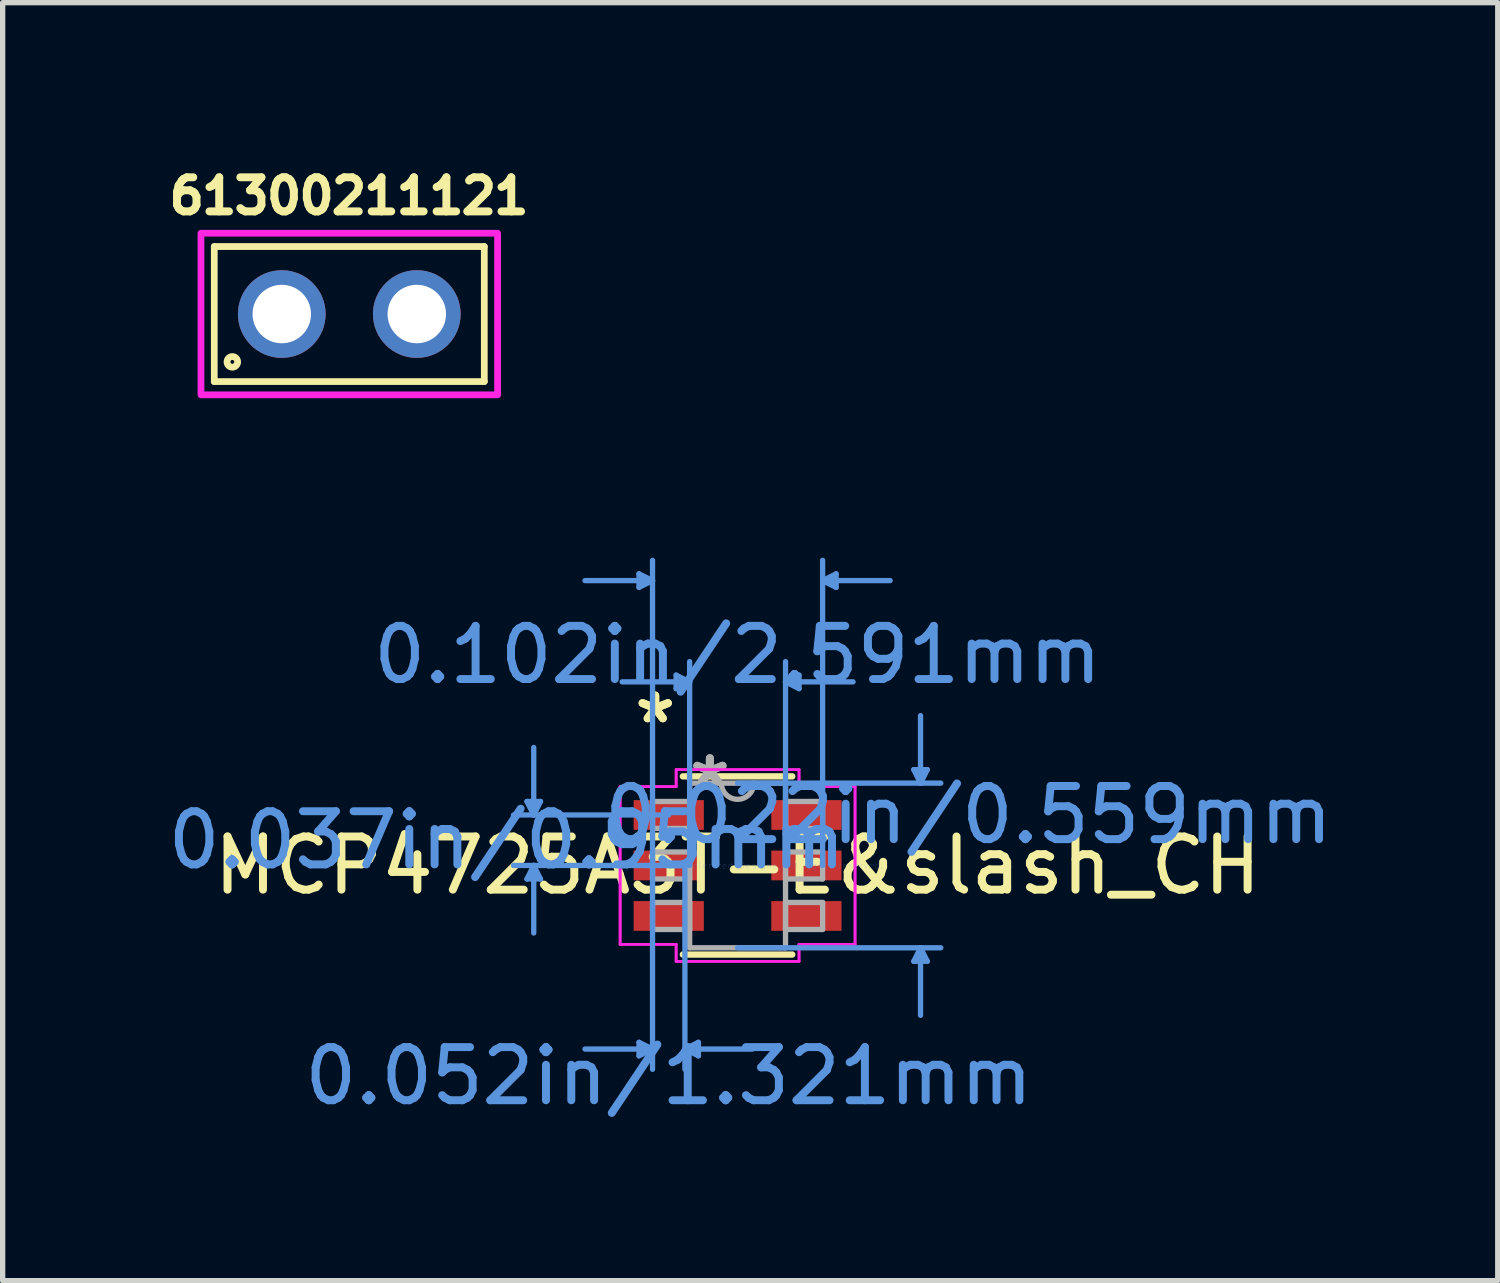
<source format=kicad_pcb>
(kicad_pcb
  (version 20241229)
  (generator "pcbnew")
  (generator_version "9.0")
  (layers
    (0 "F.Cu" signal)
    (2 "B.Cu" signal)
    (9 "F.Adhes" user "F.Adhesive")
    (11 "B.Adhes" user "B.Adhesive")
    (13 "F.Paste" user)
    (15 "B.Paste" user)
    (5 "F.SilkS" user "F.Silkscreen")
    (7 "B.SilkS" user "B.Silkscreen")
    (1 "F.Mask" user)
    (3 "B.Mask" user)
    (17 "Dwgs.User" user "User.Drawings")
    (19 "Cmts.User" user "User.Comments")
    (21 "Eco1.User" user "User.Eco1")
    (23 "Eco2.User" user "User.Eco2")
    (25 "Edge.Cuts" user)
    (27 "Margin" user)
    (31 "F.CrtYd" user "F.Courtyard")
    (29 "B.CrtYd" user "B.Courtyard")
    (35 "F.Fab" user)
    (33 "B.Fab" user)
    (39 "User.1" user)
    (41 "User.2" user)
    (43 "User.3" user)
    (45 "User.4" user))
  (footprint "61300211121"
    (layer "F.Cu")
    (at 3.521 2.858)
    (property "Reference" "61300211121" (at -0.005 -2.22 0) (layer "F.SilkS") (effects (font (size 0.641 0.641) (thickness 0.15))))
    (attr through_hole)
    (fp_line (start -2.54 -1.27) (end -2.54 1.27) (stroke (width 0.127) (type solid)) (layer "F.SilkS"))
    (fp_line (start -2.54 1.27) (end 2.54 1.27) (stroke (width 0.127) (type solid)) (layer "F.SilkS"))
    (fp_line (start 2.54 -1.27) (end -2.54 -1.27) (stroke (width 0.127) (type solid)) (layer "F.SilkS"))
    (fp_line (start 2.54 1.27) (end 2.54 -1.27) (stroke (width 0.127) (type solid)) (layer "F.SilkS"))
    (fp_circle (center -2.2 0.9) (end -2.1 0.9) (stroke (width 0.127) (type solid)) (fill no) (layer "F.SilkS"))
    (fp_poly (pts (xy -2.79 -1.52) (xy 2.79 -1.52) (xy 2.79 1.52) (xy -2.79 1.52)) (stroke (width 0.127) (type solid)) (fill no) (layer "F.CrtYd"))
    (pad "1" thru_hole circle (at -1.27 0) (size 1.65 1.65) (drill 1.1) (layers "*.Cu" "*.Mask"))
    (pad "2" thru_hole circle (at 1.27 0) (size 1.65 1.65) (drill 1.1) (layers "*.Cu" "*.Mask")))
  (footprint "MCP4725A3T-E&slash_CH"
    (layer "F.Cu")
    (at 10.826 13.232)
    (property "Reference" "MCP4725A3T-E&slash_CH" (at 0 0 0) (layer "F.SilkS") (effects (font (size 1 1) (thickness 0.15))))
    (attr through_hole)
    (fp_line (start -1.029 1.676) (end 1.029 1.676) (stroke (width 0.12) (type solid)) (layer "F.SilkS"))
    (fp_line (start 1.029 -1.676) (end -1.029 -1.676) (stroke (width 0.12) (type solid)) (layer "F.SilkS"))
    (fp_line (start -3.962 -1.204) (end -3.708 -1.204) (stroke (width 0.1) (type solid)) (layer "Cmts.User"))
    (fp_line (start -3.962 0.254) (end -3.708 0.254) (stroke (width 0.1) (type solid)) (layer "Cmts.User"))
    (fp_line (start -3.835 -0.95) (end -3.962 -1.204) (stroke (width 0.1) (type solid)) (layer "Cmts.User"))
    (fp_line (start -3.835 -0.95) (end -3.835 -2.22) (stroke (width 0.1) (type solid)) (layer "Cmts.User"))
    (fp_line (start -3.835 -0.95) (end -3.708 -1.204) (stroke (width 0.1) (type solid)) (layer "Cmts.User"))
    (fp_line (start -3.835 0) (end -3.962 0.254) (stroke (width 0.1) (type solid)) (layer "Cmts.User"))
    (fp_line (start -3.835 0) (end -3.835 1.27) (stroke (width 0.1) (type solid)) (layer "Cmts.User"))
    (fp_line (start -3.835 0) (end -3.708 0.254) (stroke (width 0.1) (type solid)) (layer "Cmts.User"))
    (fp_line (start -1.854 -5.486) (end -1.854 -5.232) (stroke (width 0.1) (type solid)) (layer "Cmts.User"))
    (fp_line (start -1.854 3.327) (end -1.854 3.581) (stroke (width 0.1) (type solid)) (layer "Cmts.User"))
    (fp_line (start -1.6 -5.359) (end -2.87 -5.359) (stroke (width 0.1) (type solid)) (layer "Cmts.User"))
    (fp_line (start -1.6 -5.359) (end -1.854 -5.486) (stroke (width 0.1) (type solid)) (layer "Cmts.User"))
    (fp_line (start -1.6 -5.359) (end -1.854 -5.232) (stroke (width 0.1) (type solid)) (layer "Cmts.User"))
    (fp_line (start -1.6 0) (end -1.6 -5.74) (stroke (width 0.1) (type solid)) (layer "Cmts.User"))
    (fp_line (start -1.6 0) (end -1.6 3.835) (stroke (width 0.1) (type solid)) (layer "Cmts.User"))
    (fp_line (start -1.6 3.454) (end -2.87 3.454) (stroke (width 0.1) (type solid)) (layer "Cmts.User"))
    (fp_line (start -1.6 3.454) (end -1.854 3.327) (stroke (width 0.1) (type solid)) (layer "Cmts.User"))
    (fp_line (start -1.6 3.454) (end -1.854 3.581) (stroke (width 0.1) (type solid)) (layer "Cmts.User"))
    (fp_line (start -1.295 -0.95) (end -4.216 -0.95) (stroke (width 0.1) (type solid)) (layer "Cmts.User"))
    (fp_line (start -1.295 0) (end -4.216 0) (stroke (width 0.1) (type solid)) (layer "Cmts.User"))
    (fp_line (start -1.156 -3.581) (end -1.156 -3.327) (stroke (width 0.1) (type solid)) (layer "Cmts.User"))
    (fp_line (start -0.991 0) (end -0.991 3.835) (stroke (width 0.1) (type solid)) (layer "Cmts.User"))
    (fp_line (start -0.991 3.454) (end -0.737 3.327) (stroke (width 0.1) (type solid)) (layer "Cmts.User"))
    (fp_line (start -0.991 3.454) (end -0.737 3.581) (stroke (width 0.1) (type solid)) (layer "Cmts.User"))
    (fp_line (start -0.991 3.454) (end 0.279 3.454) (stroke (width 0.1) (type solid)) (layer "Cmts.User"))
    (fp_line (start -0.902 -3.454) (end -2.172 -3.454) (stroke (width 0.1) (type solid)) (layer "Cmts.User"))
    (fp_line (start -0.902 -3.454) (end -1.156 -3.581) (stroke (width 0.1) (type solid)) (layer "Cmts.User"))
    (fp_line (start -0.902 -3.454) (end -1.156 -3.327) (stroke (width 0.1) (type solid)) (layer "Cmts.User"))
    (fp_line (start -0.902 0) (end -0.902 -3.835) (stroke (width 0.1) (type solid)) (layer "Cmts.User"))
    (fp_line (start -0.737 3.327) (end -0.737 3.581) (stroke (width 0.1) (type solid)) (layer "Cmts.User"))
    (fp_line (start 0 -1.549) (end 3.823 -1.549) (stroke (width 0.1) (type solid)) (layer "Cmts.User"))
    (fp_line (start 0 1.549) (end 3.823 1.549) (stroke (width 0.1) (type solid)) (layer "Cmts.User"))
    (fp_line (start 0.902 -3.454) (end 1.156 -3.581) (stroke (width 0.1) (type solid)) (layer "Cmts.User"))
    (fp_line (start 0.902 -3.454) (end 1.156 -3.327) (stroke (width 0.1) (type solid)) (layer "Cmts.User"))
    (fp_line (start 0.902 -3.454) (end 2.172 -3.454) (stroke (width 0.1) (type solid)) (layer "Cmts.User"))
    (fp_line (start 0.902 0) (end 0.902 -3.835) (stroke (width 0.1) (type solid)) (layer "Cmts.User"))
    (fp_line (start 1.156 -3.581) (end 1.156 -3.327) (stroke (width 0.1) (type solid)) (layer "Cmts.User"))
    (fp_line (start 1.6 -5.359) (end 1.854 -5.486) (stroke (width 0.1) (type solid)) (layer "Cmts.User"))
    (fp_line (start 1.6 -5.359) (end 1.854 -5.232) (stroke (width 0.1) (type solid)) (layer "Cmts.User"))
    (fp_line (start 1.6 -5.359) (end 2.87 -5.359) (stroke (width 0.1) (type solid)) (layer "Cmts.User"))
    (fp_line (start 1.6 0) (end 1.6 -5.74) (stroke (width 0.1) (type solid)) (layer "Cmts.User"))
    (fp_line (start 1.854 -5.486) (end 1.854 -5.232) (stroke (width 0.1) (type solid)) (layer "Cmts.User"))
    (fp_line (start 3.315 -1.803) (end 3.569 -1.803) (stroke (width 0.1) (type solid)) (layer "Cmts.User"))
    (fp_line (start 3.315 1.803) (end 3.569 1.803) (stroke (width 0.1) (type solid)) (layer "Cmts.User"))
    (fp_line (start 3.442 -1.549) (end 3.315 -1.803) (stroke (width 0.1) (type solid)) (layer "Cmts.User"))
    (fp_line (start 3.442 -1.549) (end 3.442 -2.819) (stroke (width 0.1) (type solid)) (layer "Cmts.User"))
    (fp_line (start 3.442 -1.549) (end 3.569 -1.803) (stroke (width 0.1) (type solid)) (layer "Cmts.User"))
    (fp_line (start 3.442 1.549) (end 3.315 1.803) (stroke (width 0.1) (type solid)) (layer "Cmts.User"))
    (fp_line (start 3.442 1.549) (end 3.442 2.819) (stroke (width 0.1) (type solid)) (layer "Cmts.User"))
    (fp_line (start 3.442 1.549) (end 3.569 1.803) (stroke (width 0.1) (type solid)) (layer "Cmts.User"))
    (fp_line (start -2.21 -1.483) (end -1.156 -1.483) (stroke (width 0.05) (type solid)) (layer "F.CrtYd"))
    (fp_line (start -2.21 -1.483) (end -1.156 -1.483) (stroke (width 0.05) (type solid)) (layer "F.CrtYd"))
    (fp_line (start -2.21 1.483) (end -2.21 -1.483) (stroke (width 0.05) (type solid)) (layer "F.CrtYd"))
    (fp_line (start -2.21 1.483) (end -2.21 -1.483) (stroke (width 0.05) (type solid)) (layer "F.CrtYd"))
    (fp_line (start -2.21 1.483) (end -1.156 1.483) (stroke (width 0.05) (type solid)) (layer "F.CrtYd"))
    (fp_line (start -1.156 -1.803) (end 1.156 -1.803) (stroke (width 0.05) (type solid)) (layer "F.CrtYd"))
    (fp_line (start -1.156 -1.803) (end 1.156 -1.803) (stroke (width 0.05) (type solid)) (layer "F.CrtYd"))
    (fp_line (start -1.156 -1.483) (end -1.156 -1.803) (stroke (width 0.05) (type solid)) (layer "F.CrtYd"))
    (fp_line (start -1.156 -1.483) (end -1.156 -1.803) (stroke (width 0.05) (type solid)) (layer "F.CrtYd"))
    (fp_line (start -1.156 1.483) (end -2.21 1.483) (stroke (width 0.05) (type solid)) (layer "F.CrtYd"))
    (fp_line (start -1.156 1.803) (end -1.156 1.483) (stroke (width 0.05) (type solid)) (layer "F.CrtYd"))
    (fp_line (start -1.156 1.803) (end -1.156 1.483) (stroke (width 0.05) (type solid)) (layer "F.CrtYd"))
    (fp_line (start 1.156 -1.803) (end 1.156 -1.483) (stroke (width 0.05) (type solid)) (layer "F.CrtYd"))
    (fp_line (start 1.156 -1.803) (end 1.156 -1.483) (stroke (width 0.05) (type solid)) (layer "F.CrtYd"))
    (fp_line (start 1.156 -1.483) (end 2.21 -1.483) (stroke (width 0.05) (type solid)) (layer "F.CrtYd"))
    (fp_line (start 1.156 1.483) (end 1.156 1.803) (stroke (width 0.05) (type solid)) (layer "F.CrtYd"))
    (fp_line (start 1.156 1.483) (end 1.156 1.803) (stroke (width 0.05) (type solid)) (layer "F.CrtYd"))
    (fp_line (start 1.156 1.803) (end -1.156 1.803) (stroke (width 0.05) (type solid)) (layer "F.CrtYd"))
    (fp_line (start 1.156 1.803) (end -1.156 1.803) (stroke (width 0.05) (type solid)) (layer "F.CrtYd"))
    (fp_line (start 2.21 -1.483) (end 1.156 -1.483) (stroke (width 0.05) (type solid)) (layer "F.CrtYd"))
    (fp_line (start 2.21 -1.483) (end 2.21 1.483) (stroke (width 0.05) (type solid)) (layer "F.CrtYd"))
    (fp_line (start 2.21 -1.483) (end 2.21 1.483) (stroke (width 0.05) (type solid)) (layer "F.CrtYd"))
    (fp_line (start 2.21 1.483) (end 1.156 1.483) (stroke (width 0.05) (type solid)) (layer "F.CrtYd"))
    (fp_line (start 2.21 1.483) (end 1.156 1.483) (stroke (width 0.05) (type solid)) (layer "F.CrtYd"))
    (fp_line (start -1.6 -1.204) (end -1.6 -0.696) (stroke (width 0.1) (type solid)) (layer "F.Fab"))
    (fp_line (start -1.6 -0.696) (end -0.902 -0.696) (stroke (width 0.1) (type solid)) (layer "F.Fab"))
    (fp_line (start -1.6 -0.254) (end -1.6 0.254) (stroke (width 0.1) (type solid)) (layer "F.Fab"))
    (fp_line (start -1.6 0.254) (end -0.902 0.254) (stroke (width 0.1) (type solid)) (layer "F.Fab"))
    (fp_line (start -1.6 0.696) (end -1.6 1.204) (stroke (width 0.1) (type solid)) (layer "F.Fab"))
    (fp_line (start -1.6 1.204) (end -0.902 1.204) (stroke (width 0.1) (type solid)) (layer "F.Fab"))
    (fp_line (start -0.902 -1.549) (end -0.902 1.549) (stroke (width 0.1) (type solid)) (layer "F.Fab"))
    (fp_line (start -0.902 -1.204) (end -1.6 -1.204) (stroke (width 0.1) (type solid)) (layer "F.Fab"))
    (fp_line (start -0.902 -0.696) (end -0.902 -1.204) (stroke (width 0.1) (type solid)) (layer "F.Fab"))
    (fp_line (start -0.902 -0.254) (end -1.6 -0.254) (stroke (width 0.1) (type solid)) (layer "F.Fab"))
    (fp_line (start -0.902 0.254) (end -0.902 -0.254) (stroke (width 0.1) (type solid)) (layer "F.Fab"))
    (fp_line (start -0.902 0.696) (end -1.6 0.696) (stroke (width 0.1) (type solid)) (layer "F.Fab"))
    (fp_line (start -0.902 1.204) (end -0.902 0.696) (stroke (width 0.1) (type solid)) (layer "F.Fab"))
    (fp_line (start -0.902 1.549) (end 0.902 1.549) (stroke (width 0.1) (type solid)) (layer "F.Fab"))
    (fp_line (start 0.902 -1.549) (end -0.902 -1.549) (stroke (width 0.1) (type solid)) (layer "F.Fab"))
    (fp_line (start 0.902 -1.204) (end 0.902 -0.696) (stroke (width 0.1) (type solid)) (layer "F.Fab"))
    (fp_line (start 0.902 -0.696) (end 1.6 -0.696) (stroke (width 0.1) (type solid)) (layer "F.Fab"))
    (fp_line (start 0.902 -0.254) (end 0.902 0.254) (stroke (width 0.1) (type solid)) (layer "F.Fab"))
    (fp_line (start 0.902 0.254) (end 1.6 0.254) (stroke (width 0.1) (type solid)) (layer "F.Fab"))
    (fp_line (start 0.902 0.696) (end 0.902 1.204) (stroke (width 0.1) (type solid)) (layer "F.Fab"))
    (fp_line (start 0.902 1.204) (end 1.6 1.204) (stroke (width 0.1) (type solid)) (layer "F.Fab"))
    (fp_line (start 0.902 1.549) (end 0.902 -1.549) (stroke (width 0.1) (type solid)) (layer "F.Fab"))
    (fp_line (start 1.6 -1.204) (end 0.902 -1.204) (stroke (width 0.1) (type solid)) (layer "F.Fab"))
    (fp_line (start 1.6 -0.696) (end 1.6 -1.204) (stroke (width 0.1) (type solid)) (layer "F.Fab"))
    (fp_line (start 1.6 -0.254) (end 0.902 -0.254) (stroke (width 0.1) (type solid)) (layer "F.Fab"))
    (fp_line (start 1.6 0.254) (end 1.6 -0.254) (stroke (width 0.1) (type solid)) (layer "F.Fab"))
    (fp_line (start 1.6 0.696) (end 0.902 0.696) (stroke (width 0.1) (type solid)) (layer "F.Fab"))
    (fp_line (start 1.6 1.204) (end 1.6 0.696) (stroke (width 0.1) (type solid)) (layer "F.Fab"))
    (fp_arc (start 0.3048 -1.5494) (mid 0 -1.2446) (end -0.3048 -1.5494) (stroke (width 0.1) (type solid)) (layer "F.Fab"))
    (fp_text user "*" (at -1.549 -2.652 0) (layer "F.SilkS") (effects (font (size 1 1) (thickness 0.15))))
    (fp_text user "*" (at -1.549 -2.652 0) (layer "F.SilkS") (effects (font (size 1 1) (thickness 0.15))))
    (fp_text user "0.102in/2.591mm" (at 0 -3.962 0) (layer "Cmts.User") (effects (font (size 1 1) (thickness 0.15))))
    (fp_text user "0.022in/0.559mm" (at 4.343 -0.95 0) (layer "Cmts.User") (effects (font (size 1 1) (thickness 0.15))))
    (fp_text user "0.052in/1.321mm" (at -1.295 3.962 0) (layer "Cmts.User") (effects (font (size 1 1) (thickness 0.15))))
    (fp_text user "Copyright 2021 Accelerated Designs. All rights reserved." (at 0 0 0) (layer "Cmts.User") (effects (font (size 0.127 0.127) (thickness 0.002))))
    (fp_text user "0.037in/0.95mm" (at -4.343 -0.475 0) (layer "Cmts.User") (effects (font (size 1 1) (thickness 0.15))))
    (fp_text user "*" (at -0.521 -1.473 0) (layer "F.Fab") (effects (font (size 1 1) (thickness 0.15))))
    (fp_text user "*" (at -0.521 -1.473 0) (layer "F.Fab") (effects (font (size 1 1) (thickness 0.15))))
    (pad "1" smd rect (at -1.295 -0.95) (size 1.321 0.559) (layers "F.Cu" "F.Mask" "F.Paste"))
    (pad "2" smd rect (at -1.295 0) (size 1.321 0.559) (layers "F.Cu" "F.Mask" "F.Paste"))
    (pad "3" smd rect (at -1.295 0.95) (size 1.321 0.559) (layers "F.Cu" "F.Mask" "F.Paste"))
    (pad "4" smd rect (at 1.295 0.95) (size 1.321 0.559) (layers "F.Cu" "F.Mask" "F.Paste"))
    (pad "5" smd rect (at 1.295 0) (size 1.321 0.559) (layers "F.Cu" "F.Mask" "F.Paste"))
    (pad "6" smd rect (at 1.295 -0.95) (size 1.321 0.559) (layers "F.Cu" "F.Mask" "F.Paste")))
  (gr_rect
    (start -3 -3)
    (end 25.127 21.043)
    (stroke (width 0.1) (type default))
    (fill no)
    (layer "Edge.Cuts")))
</source>
